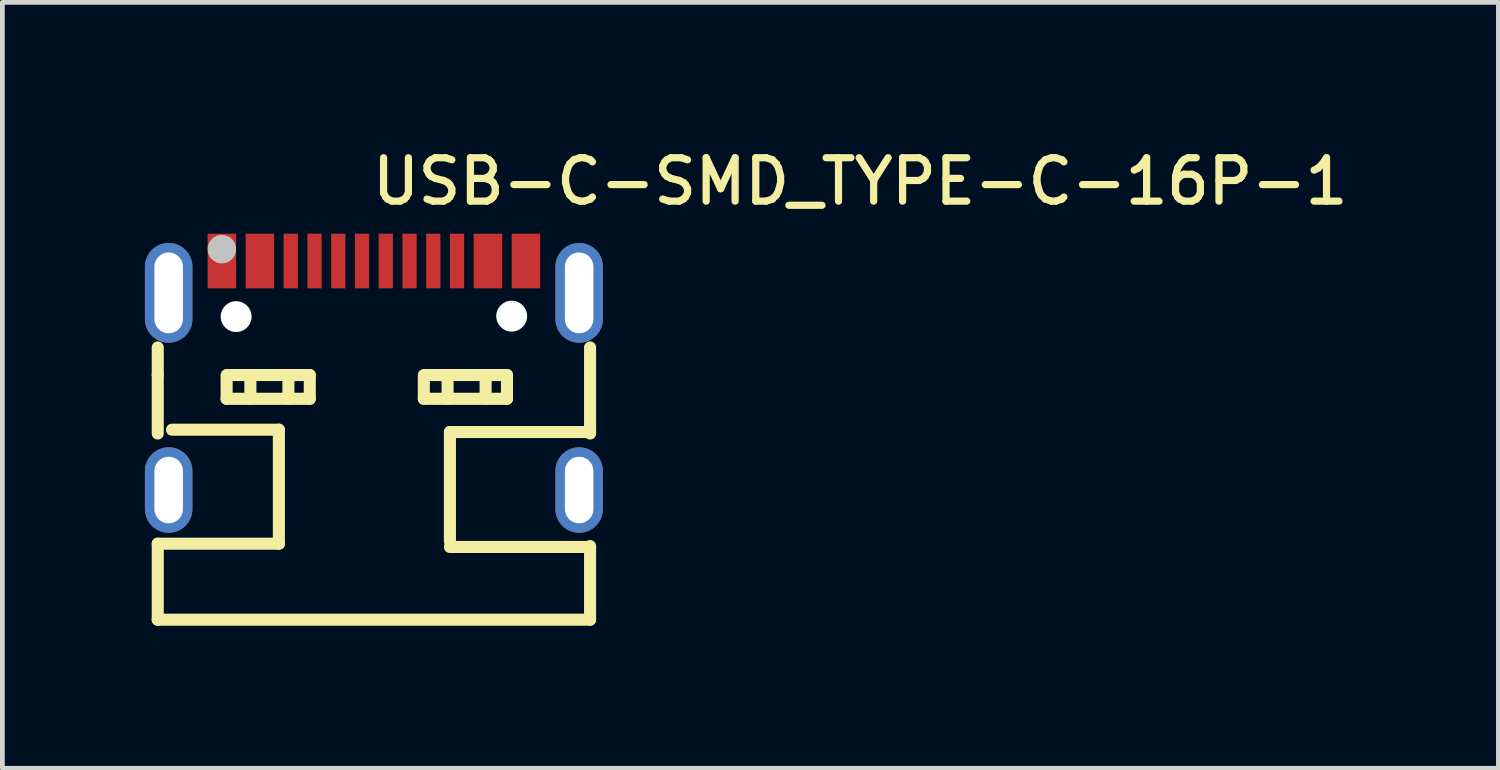
<source format=kicad_pcb>
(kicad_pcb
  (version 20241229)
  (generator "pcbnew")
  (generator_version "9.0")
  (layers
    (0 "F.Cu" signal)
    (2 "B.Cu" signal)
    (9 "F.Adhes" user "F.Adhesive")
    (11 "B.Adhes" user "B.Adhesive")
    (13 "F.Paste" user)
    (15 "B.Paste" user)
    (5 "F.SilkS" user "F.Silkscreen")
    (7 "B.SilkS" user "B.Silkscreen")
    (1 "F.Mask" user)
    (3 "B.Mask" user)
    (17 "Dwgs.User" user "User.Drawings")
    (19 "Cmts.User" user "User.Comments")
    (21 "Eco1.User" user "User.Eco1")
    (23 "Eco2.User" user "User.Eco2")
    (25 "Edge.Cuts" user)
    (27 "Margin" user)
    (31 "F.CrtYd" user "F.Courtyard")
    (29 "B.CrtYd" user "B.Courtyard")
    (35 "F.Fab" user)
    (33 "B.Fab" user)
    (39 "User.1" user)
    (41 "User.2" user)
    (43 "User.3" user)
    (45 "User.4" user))
  (footprint "USB-C-SMD_TYPE-C-16P-1"
    (layer "F.Cu")
    (at 4.82 4.854)
    (property "Reference" "USB-C-SMD_TYPE-C-16P-1" (at -0.114 -4.62 0) (layer "F.SilkS") (effects (font (size 0.914 0.914) (thickness 0.152)) (justify left top)))
    (fp_line (start -4.55 -0.01) (end -4.55 -0.591) (stroke (width 0.254) (type default)) (layer "F.SilkS"))
    (fp_line (start -4.55 -0.01) (end -4.55 1.221) (stroke (width 0.254) (type default)) (layer "F.SilkS"))
    (fp_line (start -4.55 3.54) (end -4.55 5.14) (stroke (width 0.254) (type default)) (layer "F.SilkS"))
    (fp_line (start -4.55 5.14) (end 4.55 5.14) (stroke (width 0.254) (type default)) (layer "F.SilkS"))
    (fp_line (start -4.25 1.14) (end -2 1.14) (stroke (width 0.254) (type default)) (layer "F.SilkS"))
    (fp_line (start -3.1 -0.01) (end -3.1 0.49) (stroke (width 0.254) (type default)) (layer "F.SilkS"))
    (fp_line (start -3.1 0.49) (end -1.35 0.49) (stroke (width 0.254) (type default)) (layer "F.SilkS"))
    (fp_line (start -2.6 -0.01) (end -2.6 0.49) (stroke (width 0.254) (type default)) (layer "F.SilkS"))
    (fp_line (start -2 1.14) (end -2 3.54) (stroke (width 0.254) (type default)) (layer "F.SilkS"))
    (fp_line (start -2 3.54) (end -4.55 3.54) (stroke (width 0.254) (type default)) (layer "F.SilkS"))
    (fp_line (start -1.8 -0.01) (end -1.8 0.49) (stroke (width 0.254) (type default)) (layer "F.SilkS"))
    (fp_line (start -1.35 -0.01) (end -3.05 -0.01) (stroke (width 0.254) (type default)) (layer "F.SilkS"))
    (fp_line (start -1.35 0.49) (end -1.35 -0.01) (stroke (width 0.254) (type default)) (layer "F.SilkS"))
    (fp_line (start 1.051 -0.01) (end 1.051 0.49) (stroke (width 0.254) (type default)) (layer "F.SilkS"))
    (fp_line (start 1.051 0.49) (end 2.801 0.49) (stroke (width 0.254) (type default)) (layer "F.SilkS"))
    (fp_line (start 1.551 -0.01) (end 1.551 0.49) (stroke (width 0.254) (type default)) (layer "F.SilkS"))
    (fp_line (start 1.6 1.19) (end 1.6 3.489) (stroke (width 0.254) (type default)) (layer "F.SilkS"))
    (fp_line (start 1.6 1.19) (end 4.55 1.19) (stroke (width 0.254) (type default)) (layer "F.SilkS"))
    (fp_line (start 2.351 -0.01) (end 2.351 0.49) (stroke (width 0.254) (type default)) (layer "F.SilkS"))
    (fp_line (start 2.801 -0.01) (end 1.101 -0.01) (stroke (width 0.254) (type default)) (layer "F.SilkS"))
    (fp_line (start 2.801 0.49) (end 2.801 -0.01) (stroke (width 0.254) (type default)) (layer "F.SilkS"))
    (fp_line (start 4.55 1.221) (end 4.55 -0.591) (stroke (width 0.254) (type default)) (layer "F.SilkS"))
    (fp_line (start 4.55 3.609) (end 1.6 3.609) (stroke (width 0.254) (type default)) (layer "F.SilkS"))
    (fp_line (start 4.55 5.14) (end 4.55 3.59) (stroke (width 0.254) (type default)) (layer "F.SilkS"))
    (fp_circle (center -3.2 -2.66) (end -3.05 -2.66) (stroke (width 0.3) (type default)) (fill no) (layer "Dwgs.User"))
    (fp_circle (center -2.89 -1.24) (end -2.79 -1.24) (stroke (width 0.2) (type default)) (fill no) (layer "Dwgs.User"))
    (fp_circle (center 2.89 -1.24) (end 2.99 -1.24) (stroke (width 0.2) (type default)) (fill no) (layer "Dwgs.User"))
    (fp_circle (center -4.47 -2.76) (end -4.44 -2.76) (stroke (width 0.06) (type default)) (fill no) (layer "User.5"))
    (pad "" np_thru_hole circle (at -2.9 -1.24) (size 0.65 0.65) (drill 0.65) (layers "*.Cu" "*.Mask"))
    (pad "" np_thru_hole circle (at 2.9 -1.25) (size 0.65 0.65) (drill 0.65) (layers "*.Cu" "*.Mask"))
    (pad "A1B12" smd rect (at -3.2 -2.41) (size 0.6 1.15) (layers "F.Cu" "F.Mask" "F.Paste"))
    (pad "A4B9" smd rect (at -2.4 -2.41) (size 0.6 1.15) (layers "F.Cu" "F.Mask" "F.Paste"))
    (pad "A5" smd rect (at -1.25 -2.41) (size 0.3 1.15) (layers "F.Cu" "F.Mask" "F.Paste"))
    (pad "A6" smd rect (at -0.25 -2.41) (size 0.3 1.15) (layers "F.Cu" "F.Mask" "F.Paste"))
    (pad "A7" smd rect (at 0.25 -2.41) (size 0.3 1.15) (layers "F.Cu" "F.Mask" "F.Paste"))
    (pad "A8" smd rect (at 1.25 -2.41) (size 0.3 1.15) (layers "F.Cu" "F.Mask" "F.Paste"))
    (pad "B1A12" smd rect (at 3.2 -2.41) (size 0.6 1.15) (layers "F.Cu" "F.Mask" "F.Paste"))
    (pad "B4A9" smd rect (at 2.4 -2.41) (size 0.6 1.15) (layers "F.Cu" "F.Mask" "F.Paste"))
    (pad "B5" smd rect (at 1.75 -2.41) (size 0.3 1.15) (layers "F.Cu" "F.Mask" "F.Paste"))
    (pad "B6" smd rect (at 0.75 -2.41) (size 0.3 1.15) (layers "F.Cu" "F.Mask" "F.Paste"))
    (pad "B7" smd rect (at -0.75 -2.41) (size 0.3 1.15) (layers "F.Cu" "F.Mask" "F.Paste"))
    (pad "B8" smd rect (at -1.75 -2.41) (size 0.3 1.15) (layers "F.Cu" "F.Mask" "F.Paste"))
    (pad "EP" thru_hole oval (at -4.32 -1.74) (size 1 2.1) (drill oval 0.6 1.7) (layers "*.Cu" "*.Mask"))
    (pad "EP" thru_hole oval (at -4.32 2.41) (size 1 1.8) (drill oval 0.6 1.4) (layers "*.Cu" "*.Mask"))
    (pad "EP" thru_hole oval (at 4.32 -1.74) (size 1 2.1) (drill oval 0.6 1.7) (layers "*.Cu" "*.Mask"))
    (pad "EP" thru_hole oval (at 4.32 2.41) (size 1 1.8) (drill oval 0.6 1.4) (layers "*.Cu" "*.Mask"))
    (zone (net_name "") (layer "F.Paste") (hatch edge 0.5) (priority 100) (connect_pads yes) (min_thickness 0) (filled_areas_thickness no) (fill yes) (polygon (pts (xy 1.32 1.869) (xy 1.32 3.019) (xy 1.92 3.019) (xy 1.92 1.869))) (filled_polygon (layer "F.Paste") (island) (pts (xy 1.32 1.869) (xy 1.32 3.019) (xy 1.92 3.019) (xy 1.92 1.869))))
    (zone (net_name "") (layer "F.Paste") (hatch edge 0.5) (priority 100) (connect_pads yes) (min_thickness 0) (filled_areas_thickness no) (fill yes) (polygon (pts (xy 2.12 1.869) (xy 2.12 3.019) (xy 2.72 3.019) (xy 2.72 1.869))) (filled_polygon (layer "F.Paste") (island) (pts (xy 2.12 1.869) (xy 2.12 3.019) (xy 2.72 3.019) (xy 2.72 1.869))))
    (zone (net_name "") (layer "F.Paste") (hatch edge 0.5) (priority 100) (connect_pads yes) (min_thickness 0) (filled_areas_thickness no) (fill yes) (polygon (pts (xy 3.22 3.019) (xy 3.22 1.869) (xy 2.92 1.869) (xy 2.92 3.019))) (filled_polygon (layer "F.Paste") (island) (pts (xy 3.22 3.019) (xy 3.22 1.869) (xy 2.92 1.869) (xy 2.92 3.019))))
    (zone (net_name "") (layer "F.Paste") (hatch edge 0.5) (priority 100) (connect_pads yes) (min_thickness 0) (filled_areas_thickness no) (fill yes) (polygon (pts (xy 3.72 3.019) (xy 3.72 1.869) (xy 3.42 1.869) (xy 3.42 3.019))) (filled_polygon (layer "F.Paste") (island) (pts (xy 3.72 3.019) (xy 3.72 1.869) (xy 3.42 1.869) (xy 3.42 3.019))))
    (zone (net_name "") (layer "F.Paste") (hatch edge 0.5) (priority 100) (connect_pads yes) (min_thickness 0) (filled_areas_thickness no) (fill yes) (polygon (pts (xy 4.22 3.019) (xy 4.22 1.869) (xy 3.92 1.869) (xy 3.92 3.019))) (filled_polygon (layer "F.Paste") (island) (pts (xy 4.22 3.019) (xy 4.22 1.869) (xy 3.92 1.869) (xy 3.92 3.019))))
    (zone (net_name "") (layer "F.Paste") (hatch edge 0.5) (priority 100) (connect_pads yes) (min_thickness 0) (filled_areas_thickness no) (fill yes) (polygon (pts (xy 4.72 3.019) (xy 4.72 1.869) (xy 4.42 1.869) (xy 4.42 3.019))) (filled_polygon (layer "F.Paste") (island) (pts (xy 4.72 3.019) (xy 4.72 1.869) (xy 4.42 1.869) (xy 4.42 3.019))))
    (zone (net_name "") (layer "F.Paste") (hatch edge 0.5) (priority 100) (connect_pads yes) (min_thickness 0) (filled_areas_thickness no) (fill yes) (polygon (pts (xy 5.22 3.019) (xy 5.22 1.869) (xy 4.92 1.869) (xy 4.92 3.019))) (filled_polygon (layer "F.Paste") (island) (pts (xy 5.22 3.019) (xy 5.22 1.869) (xy 4.92 1.869) (xy 4.92 3.019))))
    (zone (net_name "") (layer "F.Paste") (hatch edge 0.5) (priority 100) (connect_pads yes) (min_thickness 0) (filled_areas_thickness no) (fill yes) (polygon (pts (xy 5.42 1.869) (xy 5.42 3.019) (xy 5.72 3.019) (xy 5.72 1.869))) (filled_polygon (layer "F.Paste") (island) (pts (xy 5.42 1.869) (xy 5.42 3.019) (xy 5.72 3.019) (xy 5.72 1.869))))
    (zone (net_name "") (layer "F.Paste") (hatch edge 0.5) (priority 100) (connect_pads yes) (min_thickness 0) (filled_areas_thickness no) (fill yes) (polygon (pts (xy 5.92 1.869) (xy 5.92 3.019) (xy 6.22 3.019) (xy 6.22 1.869))) (filled_polygon (layer "F.Paste") (island) (pts (xy 5.92 1.869) (xy 5.92 3.019) (xy 6.22 3.019) (xy 6.22 1.869))))
    (zone (net_name "") (layer "F.Paste") (hatch edge 0.5) (priority 100) (connect_pads yes) (min_thickness 0) (filled_areas_thickness no) (fill yes) (polygon (pts (xy 6.72 3.019) (xy 6.72 1.869) (xy 6.42 1.869) (xy 6.42 3.019))) (filled_polygon (layer "F.Paste") (island) (pts (xy 6.72 3.019) (xy 6.72 1.869) (xy 6.42 1.869) (xy 6.42 3.019))))
    (zone (net_name "") (layer "F.Paste") (hatch edge 0.5) (priority 100) (connect_pads yes) (min_thickness 0) (filled_areas_thickness no) (fill yes) (polygon (pts (xy 7.52 3.019) (xy 7.52 1.869) (xy 6.92 1.869) (xy 6.92 3.019))) (filled_polygon (layer "F.Paste") (island) (pts (xy 7.52 3.019) (xy 7.52 1.869) (xy 6.92 1.869) (xy 6.92 3.019))))
    (zone (net_name "") (layer "F.Paste") (hatch edge 0.5) (priority 100) (connect_pads yes) (min_thickness 0) (filled_areas_thickness no) (fill yes) (polygon (pts (xy 8.32 3.019) (xy 8.32 1.869) (xy 7.72 1.869) (xy 7.72 3.019))) (filled_polygon (layer "F.Paste") (island) (pts (xy 8.32 3.019) (xy 8.32 1.869) (xy 7.72 1.869) (xy 7.72 3.019))))
    (zone (net_name "") (layer "F.Paste") (hatch edge 0.5) (priority 100) (connect_pads yes) (min_thickness 0) (filled_areas_thickness no) (fill yes) (polygon (pts (xy 0.487 2.064) (xy 0.463 2.065) (xy 0.438 2.067) (xy 0.413 2.071) (xy 0.389 2.076) (xy 0.365 2.082) (xy 0.341 2.09) (xy 0.317 2.098) (xy 0.294 2.108) (xy 0.272 2.119) (xy 0.25 2.13) (xy 0.229 2.143) (xy 0.208 2.158) (xy 0.188 2.173) (xy 0.169 2.189) (xy 0.151 2.206) (xy 0.133 2.223) (xy 0.117 2.242) (xy 0.101 2.262) (xy 0.087 2.282) (xy 0.073 2.303) (xy 0.061 2.324) (xy 0.05 2.347) (xy 0.039 2.369) (xy 0.03 2.392) (xy 0.022 2.416) (xy 0.015 2.44) (xy 0.01 2.464) (xy 0.006 2.489) (xy 0.003 2.514) (xy 0.001 2.539) (xy 0 2.564) (xy 0 3.664) (xy 0.001 3.688) (xy 0.003 3.713) (xy 0.006 3.738) (xy 0.01 3.763) (xy 0.015 3.787) (xy 0.022 3.811) (xy 0.03 3.835) (xy 0.039 3.858) (xy 0.05 3.88) (xy 0.061 3.903) (xy 0.073 3.924) (xy 0.087 3.945) (xy 0.101 3.965) (xy 0.117 3.985) (xy 0.133 4.004) (xy 0.151 4.021) (xy 0.169 4.038) (xy 0.188 4.054) (xy 0.208 4.07) (xy 0.229 4.084) (xy 0.25 4.097) (xy 0.272 4.108) (xy 0.294 4.119) (xy 0.317 4.129) (xy 0.341 4.137) (xy 0.365 4.145) (xy 0.389 4.151) (xy 0.413 4.156) (xy 0.438 4.16) (xy 0.463 4.162) (xy 0.487 4.163) (xy 0.512 4.163) (xy 0.537 4.162) (xy 0.562 4.16) (xy 0.587 4.156) (xy 0.611 4.151) (xy 0.635 4.145) (xy 0.659 4.137) (xy 0.683 4.129) (xy 0.706 4.119) (xy 0.728 4.108) (xy 0.75 4.097) (xy 0.771 4.084) (xy 0.792 4.07) (xy 0.812 4.054) (xy 0.831 4.038) (xy 0.849 4.021) (xy 0.867 4.004) (xy 0.883 3.985) (xy 0.898 3.965) (xy 0.913 3.945) (xy 0.927 3.924) (xy 0.939 3.903) (xy 0.951 3.88) (xy 0.961 3.858) (xy 0.97 3.835) (xy 0.978 3.811) (xy 0.985 3.787) (xy 0.99 3.763) (xy 0.994 3.738) (xy 0.998 3.713) (xy 0.999 3.688) (xy 1 3.664) (xy 1 2.564) (xy 0.999 2.539) (xy 0.998 2.514) (xy 0.994 2.489) (xy 0.99 2.464) (xy 0.985 2.44) (xy 0.978 2.416) (xy 0.97 2.392) (xy 0.961 2.369) (xy 0.951 2.347) (xy 0.939 2.324) (xy 0.927 2.303) (xy 0.913 2.282) (xy 0.898 2.262) (xy 0.883 2.242) (xy 0.867 2.223) (xy 0.849 2.206) (xy 0.831 2.189) (xy 0.812 2.173) (xy 0.792 2.158) (xy 0.771 2.143) (xy 0.75 2.13) (xy 0.728 2.119) (xy 0.706 2.108) (xy 0.683 2.098) (xy 0.659 2.09) (xy 0.635 2.082) (xy 0.611 2.076) (xy 0.587 2.071) (xy 0.562 2.067) (xy 0.537 2.065) (xy 0.512 2.064))) (filled_polygon (layer "F.Paste") (island) (pts (xy 0.487 2.064) (xy 0.463 2.065) (xy 0.438 2.067) (xy 0.413 2.071) (xy 0.389 2.076) (xy 0.365 2.082) (xy 0.341 2.09) (xy 0.317 2.098) (xy 0.294 2.108) (xy 0.272 2.119) (xy 0.25 2.13) (xy 0.229 2.143) (xy 0.208 2.158) (xy 0.188 2.173) (xy 0.169 2.189) (xy 0.151 2.206) (xy 0.133 2.223) (xy 0.117 2.242) (xy 0.101 2.262) (xy 0.087 2.282) (xy 0.073 2.303) (xy 0.061 2.324) (xy 0.05 2.347) (xy 0.039 2.369) (xy 0.03 2.392) (xy 0.022 2.416) (xy 0.015 2.44) (xy 0.01 2.464) (xy 0.006 2.489) (xy 0.003 2.514) (xy 0.001 2.539) (xy 0 2.564) (xy 0 3.664) (xy 0.001 3.688) (xy 0.003 3.713) (xy 0.006 3.738) (xy 0.01 3.763) (xy 0.015 3.787) (xy 0.022 3.811) (xy 0.03 3.835) (xy 0.039 3.858) (xy 0.05 3.88) (xy 0.061 3.903) (xy 0.073 3.924) (xy 0.087 3.945) (xy 0.101 3.965) (xy 0.117 3.985) (xy 0.133 4.004) (xy 0.151 4.021) (xy 0.169 4.038) (xy 0.188 4.054) (xy 0.208 4.07) (xy 0.229 4.084) (xy 0.25 4.097) (xy 0.272 4.108) (xy 0.294 4.119) (xy 0.317 4.129) (xy 0.341 4.137) (xy 0.365 4.145) (xy 0.389 4.151) (xy 0.413 4.156) (xy 0.438 4.16) (xy 0.463 4.162) (xy 0.487 4.163) (xy 0.512 4.163) (xy 0.537 4.162) (xy 0.562 4.16) (xy 0.587 4.156) (xy 0.611 4.151) (xy 0.635 4.145) (xy 0.659 4.137) (xy 0.683 4.129) (xy 0.706 4.119) (xy 0.728 4.108) (xy 0.75 4.097) (xy 0.771 4.084) (xy 0.792 4.07) (xy 0.812 4.054) (xy 0.831 4.038) (xy 0.849 4.021) (xy 0.867 4.004) (xy 0.883 3.985) (xy 0.898 3.965) (xy 0.913 3.945) (xy 0.927 3.924) (xy 0.939 3.903) (xy 0.951 3.88) (xy 0.961 3.858) (xy 0.97 3.835) (xy 0.978 3.811) (xy 0.985 3.787) (xy 0.99 3.763) (xy 0.994 3.738) (xy 0.998 3.713) (xy 0.999 3.688) (xy 1 3.664) (xy 1 2.564) (xy 0.999 2.539) (xy 0.998 2.514) (xy 0.994 2.489) (xy 0.99 2.464) (xy 0.985 2.44) (xy 0.978 2.416) (xy 0.97 2.392) (xy 0.961 2.369) (xy 0.951 2.347) (xy 0.939 2.324) (xy 0.927 2.303) (xy 0.913 2.282) (xy 0.898 2.262) (xy 0.883 2.242) (xy 0.867 2.223) (xy 0.849 2.206) (xy 0.831 2.189) (xy 0.812 2.173) (xy 0.792 2.158) (xy 0.771 2.143) (xy 0.75 2.13) (xy 0.728 2.119) (xy 0.706 2.108) (xy 0.683 2.098) (xy 0.659 2.09) (xy 0.635 2.082) (xy 0.611 2.076) (xy 0.587 2.071) (xy 0.562 2.067) (xy 0.537 2.065) (xy 0.512 2.064))))
    (zone (net_name "") (layer "F.Paste") (hatch edge 0.5) (priority 100) (connect_pads yes) (min_thickness 0) (filled_areas_thickness no) (fill yes) (polygon (pts (xy 0.537 6.365) (xy 0.512 6.364) (xy 0.487 6.364) (xy 0.463 6.365) (xy 0.438 6.368) (xy 0.413 6.371) (xy 0.389 6.376) (xy 0.365 6.382) (xy 0.341 6.39) (xy 0.317 6.398) (xy 0.294 6.408) (xy 0.272 6.419) (xy 0.25 6.431) (xy 0.229 6.444) (xy 0.208 6.458) (xy 0.188 6.473) (xy 0.169 6.489) (xy 0.151 6.506) (xy 0.133 6.524) (xy 0.117 6.542) (xy 0.101 6.562) (xy 0.087 6.582) (xy 0.073 6.603) (xy 0.061 6.625) (xy 0.05 6.647) (xy 0.039 6.669) (xy 0.03 6.693) (xy 0.022 6.716) (xy 0.015 6.74) (xy 0.01 6.765) (xy 0.006 6.789) (xy 0.003 6.814) (xy 0.001 6.839) (xy 0 6.864) (xy 0 7.664) (xy 0.001 7.689) (xy 0.003 7.713) (xy 0.006 7.738) (xy 0.01 7.763) (xy 0.015 7.787) (xy 0.022 7.811) (xy 0.03 7.835) (xy 0.039 7.858) (xy 0.05 7.881) (xy 0.061 7.903) (xy 0.073 7.924) (xy 0.087 7.945) (xy 0.101 7.966) (xy 0.117 7.985) (xy 0.133 8.004) (xy 0.151 8.022) (xy 0.169 8.039) (xy 0.188 8.055) (xy 0.208 8.07) (xy 0.229 8.084) (xy 0.25 8.097) (xy 0.272 8.109) (xy 0.294 8.119) (xy 0.317 8.129) (xy 0.341 8.138) (xy 0.365 8.145) (xy 0.389 8.151) (xy 0.413 8.156) (xy 0.438 8.16) (xy 0.463 8.162) (xy 0.487 8.163) (xy 0.512 8.163) (xy 0.537 8.162) (xy 0.562 8.16) (xy 0.587 8.156) (xy 0.611 8.151) (xy 0.635 8.145) (xy 0.659 8.138) (xy 0.683 8.129) (xy 0.706 8.119) (xy 0.728 8.109) (xy 0.75 8.097) (xy 0.771 8.084) (xy 0.792 8.07) (xy 0.812 8.055) (xy 0.831 8.039) (xy 0.849 8.022) (xy 0.867 8.004) (xy 0.883 7.985) (xy 0.898 7.966) (xy 0.913 7.945) (xy 0.927 7.924) (xy 0.939 7.903) (xy 0.951 7.881) (xy 0.961 7.858) (xy 0.97 7.835) (xy 0.978 7.811) (xy 0.985 7.787) (xy 0.99 7.763) (xy 0.994 7.738) (xy 0.998 7.713) (xy 0.999 7.689) (xy 1 7.664) (xy 1 6.864) (xy 0.999 6.839) (xy 0.998 6.814) (xy 0.994 6.789) (xy 0.99 6.765) (xy 0.985 6.74) (xy 0.978 6.716) (xy 0.97 6.693) (xy 0.961 6.669) (xy 0.951 6.647) (xy 0.939 6.625) (xy 0.927 6.603) (xy 0.913 6.582) (xy 0.898 6.562) (xy 0.883 6.542) (xy 0.867 6.524) (xy 0.849 6.506) (xy 0.831 6.489) (xy 0.812 6.473) (xy 0.792 6.458) (xy 0.771 6.444) (xy 0.75 6.431) (xy 0.728 6.419) (xy 0.706 6.408) (xy 0.683 6.398) (xy 0.659 6.39) (xy 0.635 6.382) (xy 0.611 6.376) (xy 0.587 6.371) (xy 0.562 6.368))) (filled_polygon (layer "F.Paste") (island) (pts (xy 0.537 6.365) (xy 0.512 6.364) (xy 0.487 6.364) (xy 0.463 6.365) (xy 0.438 6.368) (xy 0.413 6.371) (xy 0.389 6.376) (xy 0.365 6.382) (xy 0.341 6.39) (xy 0.317 6.398) (xy 0.294 6.408) (xy 0.272 6.419) (xy 0.25 6.431) (xy 0.229 6.444) (xy 0.208 6.458) (xy 0.188 6.473) (xy 0.169 6.489) (xy 0.151 6.506) (xy 0.133 6.524) (xy 0.117 6.542) (xy 0.101 6.562) (xy 0.087 6.582) (xy 0.073 6.603) (xy 0.061 6.625) (xy 0.05 6.647) (xy 0.039 6.669) (xy 0.03 6.693) (xy 0.022 6.716) (xy 0.015 6.74) (xy 0.01 6.765) (xy 0.006 6.789) (xy 0.003 6.814) (xy 0.001 6.839) (xy 0 6.864) (xy 0 7.664) (xy 0.001 7.689) (xy 0.003 7.713) (xy 0.006 7.738) (xy 0.01 7.763) (xy 0.015 7.787) (xy 0.022 7.811) (xy 0.03 7.835) (xy 0.039 7.858) (xy 0.05 7.881) (xy 0.061 7.903) (xy 0.073 7.924) (xy 0.087 7.945) (xy 0.101 7.966) (xy 0.117 7.985) (xy 0.133 8.004) (xy 0.151 8.022) (xy 0.169 8.039) (xy 0.188 8.055) (xy 0.208 8.07) (xy 0.229 8.084) (xy 0.25 8.097) (xy 0.272 8.109) (xy 0.294 8.119) (xy 0.317 8.129) (xy 0.341 8.138) (xy 0.365 8.145) (xy 0.389 8.151) (xy 0.413 8.156) (xy 0.438 8.16) (xy 0.463 8.162) (xy 0.487 8.163) (xy 0.512 8.163) (xy 0.537 8.162) (xy 0.562 8.16) (xy 0.587 8.156) (xy 0.611 8.151) (xy 0.635 8.145) (xy 0.659 8.138) (xy 0.683 8.129) (xy 0.706 8.119) (xy 0.728 8.109) (xy 0.75 8.097) (xy 0.771 8.084) (xy 0.792 8.07) (xy 0.812 8.055) (xy 0.831 8.039) (xy 0.849 8.022) (xy 0.867 8.004) (xy 0.883 7.985) (xy 0.898 7.966) (xy 0.913 7.945) (xy 0.927 7.924) (xy 0.939 7.903) (xy 0.951 7.881) (xy 0.961 7.858) (xy 0.97 7.835) (xy 0.978 7.811) (xy 0.985 7.787) (xy 0.99 7.763) (xy 0.994 7.738) (xy 0.998 7.713) (xy 0.999 7.689) (xy 1 7.664) (xy 1 6.864) (xy 0.999 6.839) (xy 0.998 6.814) (xy 0.994 6.789) (xy 0.99 6.765) (xy 0.985 6.74) (xy 0.978 6.716) (xy 0.97 6.693) (xy 0.961 6.669) (xy 0.951 6.647) (xy 0.939 6.625) (xy 0.927 6.603) (xy 0.913 6.582) (xy 0.898 6.562) (xy 0.883 6.542) (xy 0.867 6.524) (xy 0.849 6.506) (xy 0.831 6.489) (xy 0.812 6.473) (xy 0.792 6.458) (xy 0.771 6.444) (xy 0.75 6.431) (xy 0.728 6.419) (xy 0.706 6.408) (xy 0.683 6.398) (xy 0.659 6.39) (xy 0.635 6.382) (xy 0.611 6.376) (xy 0.587 6.371) (xy 0.562 6.368))))
    (zone (net_name "") (layer "F.Paste") (hatch edge 0.5) (priority 100) (connect_pads yes) (min_thickness 0) (filled_areas_thickness no) (fill yes) (polygon (pts (xy 9.128 6.364) (xy 9.103 6.365) (xy 9.078 6.368) (xy 9.053 6.371) (xy 9.029 6.376) (xy 9.005 6.382) (xy 8.981 6.39) (xy 8.957 6.398) (xy 8.934 6.408) (xy 8.912 6.419) (xy 8.89 6.431) (xy 8.869 6.444) (xy 8.848 6.458) (xy 8.828 6.473) (xy 8.809 6.489) (xy 8.791 6.506) (xy 8.774 6.524) (xy 8.757 6.542) (xy 8.742 6.562) (xy 8.727 6.582) (xy 8.713 6.603) (xy 8.701 6.625) (xy 8.69 6.647) (xy 8.679 6.669) (xy 8.67 6.693) (xy 8.662 6.716) (xy 8.655 6.74) (xy 8.65 6.765) (xy 8.646 6.789) (xy 8.643 6.814) (xy 8.641 6.839) (xy 8.64 6.864) (xy 8.64 7.664) (xy 8.641 7.689) (xy 8.643 7.713) (xy 8.646 7.738) (xy 8.65 7.763) (xy 8.655 7.787) (xy 8.662 7.811) (xy 8.67 7.835) (xy 8.679 7.858) (xy 8.69 7.881) (xy 8.701 7.903) (xy 8.713 7.924) (xy 8.727 7.945) (xy 8.742 7.966) (xy 8.757 7.985) (xy 8.774 8.004) (xy 8.791 8.022) (xy 8.809 8.039) (xy 8.828 8.055) (xy 8.848 8.07) (xy 8.869 8.084) (xy 8.89 8.097) (xy 8.912 8.109) (xy 8.934 8.119) (xy 8.957 8.129) (xy 8.981 8.138) (xy 9.005 8.145) (xy 9.029 8.151) (xy 9.053 8.156) (xy 9.078 8.16) (xy 9.103 8.162) (xy 9.128 8.163) (xy 9.152 8.163) (xy 9.177 8.162) (xy 9.202 8.16) (xy 9.227 8.156) (xy 9.251 8.151) (xy 9.275 8.145) (xy 9.299 8.138) (xy 9.323 8.129) (xy 9.346 8.119) (xy 9.368 8.109) (xy 9.39 8.097) (xy 9.411 8.084) (xy 9.432 8.07) (xy 9.452 8.055) (xy 9.471 8.039) (xy 9.489 8.022) (xy 9.507 8.004) (xy 9.523 7.985) (xy 9.539 7.966) (xy 9.553 7.945) (xy 9.567 7.924) (xy 9.579 7.903) (xy 9.591 7.881) (xy 9.601 7.858) (xy 9.61 7.835) (xy 9.618 7.811) (xy 9.625 7.787) (xy 9.63 7.763) (xy 9.634 7.738) (xy 9.637 7.713) (xy 9.639 7.689) (xy 9.64 7.664) (xy 9.64 6.864) (xy 9.639 6.839) (xy 9.637 6.814) (xy 9.634 6.789) (xy 9.63 6.765) (xy 9.625 6.74) (xy 9.618 6.716) (xy 9.61 6.693) (xy 9.601 6.669) (xy 9.591 6.647) (xy 9.579 6.625) (xy 9.567 6.603) (xy 9.553 6.582) (xy 9.539 6.562) (xy 9.523 6.542) (xy 9.507 6.524) (xy 9.489 6.506) (xy 9.471 6.489) (xy 9.452 6.473) (xy 9.432 6.458) (xy 9.411 6.444) (xy 9.39 6.431) (xy 9.368 6.419) (xy 9.346 6.408) (xy 9.323 6.398) (xy 9.299 6.39) (xy 9.275 6.382) (xy 9.251 6.376) (xy 9.227 6.371) (xy 9.202 6.368) (xy 9.177 6.365) (xy 9.152 6.364))) (filled_polygon (layer "F.Paste") (island) (pts (xy 9.128 6.364) (xy 9.103 6.365) (xy 9.078 6.368) (xy 9.053 6.371) (xy 9.029 6.376) (xy 9.005 6.382) (xy 8.981 6.39) (xy 8.957 6.398) (xy 8.934 6.408) (xy 8.912 6.419) (xy 8.89 6.431) (xy 8.869 6.444) (xy 8.848 6.458) (xy 8.828 6.473) (xy 8.809 6.489) (xy 8.791 6.506) (xy 8.774 6.524) (xy 8.757 6.542) (xy 8.742 6.562) (xy 8.727 6.582) (xy 8.713 6.603) (xy 8.701 6.625) (xy 8.69 6.647) (xy 8.679 6.669) (xy 8.67 6.693) (xy 8.662 6.716) (xy 8.655 6.74) (xy 8.65 6.765) (xy 8.646 6.789) (xy 8.643 6.814) (xy 8.641 6.839) (xy 8.64 6.864) (xy 8.64 7.664) (xy 8.641 7.689) (xy 8.643 7.713) (xy 8.646 7.738) (xy 8.65 7.763) (xy 8.655 7.787) (xy 8.662 7.811) (xy 8.67 7.835) (xy 8.679 7.858) (xy 8.69 7.881) (xy 8.701 7.903) (xy 8.713 7.924) (xy 8.727 7.945) (xy 8.742 7.966) (xy 8.757 7.985) (xy 8.774 8.004) (xy 8.791 8.022) (xy 8.809 8.039) (xy 8.828 8.055) (xy 8.848 8.07) (xy 8.869 8.084) (xy 8.89 8.097) (xy 8.912 8.109) (xy 8.934 8.119) (xy 8.957 8.129) (xy 8.981 8.138) (xy 9.005 8.145) (xy 9.029 8.151) (xy 9.053 8.156) (xy 9.078 8.16) (xy 9.103 8.162) (xy 9.128 8.163) (xy 9.152 8.163) (xy 9.177 8.162) (xy 9.202 8.16) (xy 9.227 8.156) (xy 9.251 8.151) (xy 9.275 8.145) (xy 9.299 8.138) (xy 9.323 8.129) (xy 9.346 8.119) (xy 9.368 8.109) (xy 9.39 8.097) (xy 9.411 8.084) (xy 9.432 8.07) (xy 9.452 8.055) (xy 9.471 8.039) (xy 9.489 8.022) (xy 9.507 8.004) (xy 9.523 7.985) (xy 9.539 7.966) (xy 9.553 7.945) (xy 9.567 7.924) (xy 9.579 7.903) (xy 9.591 7.881) (xy 9.601 7.858) (xy 9.61 7.835) (xy 9.618 7.811) (xy 9.625 7.787) (xy 9.63 7.763) (xy 9.634 7.738) (xy 9.637 7.713) (xy 9.639 7.689) (xy 9.64 7.664) (xy 9.64 6.864) (xy 9.639 6.839) (xy 9.637 6.814) (xy 9.634 6.789) (xy 9.63 6.765) (xy 9.625 6.74) (xy 9.618 6.716) (xy 9.61 6.693) (xy 9.601 6.669) (xy 9.591 6.647) (xy 9.579 6.625) (xy 9.567 6.603) (xy 9.553 6.582) (xy 9.539 6.562) (xy 9.523 6.542) (xy 9.507 6.524) (xy 9.489 6.506) (xy 9.471 6.489) (xy 9.452 6.473) (xy 9.432 6.458) (xy 9.411 6.444) (xy 9.39 6.431) (xy 9.368 6.419) (xy 9.346 6.408) (xy 9.323 6.398) (xy 9.299 6.39) (xy 9.275 6.382) (xy 9.251 6.376) (xy 9.227 6.371) (xy 9.202 6.368) (xy 9.177 6.365) (xy 9.152 6.364))))
    (zone (net_name "") (layer "F.Paste") (hatch edge 0.5) (priority 100) (connect_pads yes) (min_thickness 0) (filled_areas_thickness no) (fill yes) (polygon (pts (xy 9.177 2.065) (xy 9.152 2.064) (xy 9.128 2.064) (xy 9.103 2.065) (xy 9.078 2.067) (xy 9.053 2.071) (xy 9.029 2.076) (xy 9.005 2.082) (xy 8.981 2.09) (xy 8.957 2.098) (xy 8.934 2.108) (xy 8.912 2.119) (xy 8.89 2.13) (xy 8.869 2.143) (xy 8.848 2.158) (xy 8.828 2.173) (xy 8.809 2.189) (xy 8.791 2.206) (xy 8.774 2.223) (xy 8.757 2.242) (xy 8.742 2.262) (xy 8.727 2.282) (xy 8.713 2.303) (xy 8.701 2.324) (xy 8.69 2.347) (xy 8.679 2.369) (xy 8.67 2.392) (xy 8.662 2.416) (xy 8.655 2.44) (xy 8.65 2.464) (xy 8.646 2.489) (xy 8.643 2.514) (xy 8.641 2.539) (xy 8.64 2.564) (xy 8.64 3.664) (xy 8.641 3.688) (xy 8.643 3.713) (xy 8.646 3.738) (xy 8.65 3.763) (xy 8.655 3.787) (xy 8.662 3.811) (xy 8.67 3.835) (xy 8.679 3.858) (xy 8.69 3.88) (xy 8.701 3.903) (xy 8.713 3.924) (xy 8.727 3.945) (xy 8.742 3.965) (xy 8.757 3.985) (xy 8.774 4.004) (xy 8.791 4.021) (xy 8.809 4.038) (xy 8.828 4.054) (xy 8.848 4.07) (xy 8.869 4.084) (xy 8.89 4.097) (xy 8.912 4.108) (xy 8.934 4.119) (xy 8.957 4.129) (xy 8.981 4.137) (xy 9.005 4.145) (xy 9.029 4.151) (xy 9.053 4.156) (xy 9.078 4.16) (xy 9.103 4.162) (xy 9.128 4.163) (xy 9.152 4.163) (xy 9.177 4.162) (xy 9.202 4.16) (xy 9.227 4.156) (xy 9.251 4.151) (xy 9.275 4.145) (xy 9.299 4.137) (xy 9.323 4.129) (xy 9.346 4.119) (xy 9.368 4.108) (xy 9.39 4.097) (xy 9.411 4.084) (xy 9.432 4.07) (xy 9.452 4.054) (xy 9.471 4.038) (xy 9.489 4.021) (xy 9.507 4.004) (xy 9.523 3.985) (xy 9.539 3.965) (xy 9.553 3.945) (xy 9.567 3.924) (xy 9.579 3.903) (xy 9.591 3.88) (xy 9.601 3.858) (xy 9.61 3.835) (xy 9.618 3.811) (xy 9.625 3.787) (xy 9.63 3.763) (xy 9.634 3.738) (xy 9.637 3.713) (xy 9.639 3.688) (xy 9.64 3.664) (xy 9.64 2.564) (xy 9.639 2.539) (xy 9.637 2.514) (xy 9.634 2.489) (xy 9.63 2.464) (xy 9.625 2.44) (xy 9.618 2.416) (xy 9.61 2.392) (xy 9.601 2.369) (xy 9.591 2.347) (xy 9.579 2.324) (xy 9.567 2.303) (xy 9.553 2.282) (xy 9.539 2.262) (xy 9.523 2.242) (xy 9.507 2.223) (xy 9.489 2.206) (xy 9.471 2.189) (xy 9.452 2.173) (xy 9.432 2.158) (xy 9.411 2.143) (xy 9.39 2.13) (xy 9.368 2.119) (xy 9.346 2.108) (xy 9.323 2.098) (xy 9.299 2.09) (xy 9.275 2.082) (xy 9.251 2.076) (xy 9.227 2.071) (xy 9.202 2.067))) (filled_polygon (layer "F.Paste") (island) (pts (xy 9.177 2.065) (xy 9.152 2.064) (xy 9.128 2.064) (xy 9.103 2.065) (xy 9.078 2.067) (xy 9.053 2.071) (xy 9.029 2.076) (xy 9.005 2.082) (xy 8.981 2.09) (xy 8.957 2.098) (xy 8.934 2.108) (xy 8.912 2.119) (xy 8.89 2.13) (xy 8.869 2.143) (xy 8.848 2.158) (xy 8.828 2.173) (xy 8.809 2.189) (xy 8.791 2.206) (xy 8.774 2.223) (xy 8.757 2.242) (xy 8.742 2.262) (xy 8.727 2.282) (xy 8.713 2.303) (xy 8.701 2.324) (xy 8.69 2.347) (xy 8.679 2.369) (xy 8.67 2.392) (xy 8.662 2.416) (xy 8.655 2.44) (xy 8.65 2.464) (xy 8.646 2.489) (xy 8.643 2.514) (xy 8.641 2.539) (xy 8.64 2.564) (xy 8.64 3.664) (xy 8.641 3.688) (xy 8.643 3.713) (xy 8.646 3.738) (xy 8.65 3.763) (xy 8.655 3.787) (xy 8.662 3.811) (xy 8.67 3.835) (xy 8.679 3.858) (xy 8.69 3.88) (xy 8.701 3.903) (xy 8.713 3.924) (xy 8.727 3.945) (xy 8.742 3.965) (xy 8.757 3.985) (xy 8.774 4.004) (xy 8.791 4.021) (xy 8.809 4.038) (xy 8.828 4.054) (xy 8.848 4.07) (xy 8.869 4.084) (xy 8.89 4.097) (xy 8.912 4.108) (xy 8.934 4.119) (xy 8.957 4.129) (xy 8.981 4.137) (xy 9.005 4.145) (xy 9.029 4.151) (xy 9.053 4.156) (xy 9.078 4.16) (xy 9.103 4.162) (xy 9.128 4.163) (xy 9.152 4.163) (xy 9.177 4.162) (xy 9.202 4.16) (xy 9.227 4.156) (xy 9.251 4.151) (xy 9.275 4.145) (xy 9.299 4.137) (xy 9.323 4.129) (xy 9.346 4.119) (xy 9.368 4.108) (xy 9.39 4.097) (xy 9.411 4.084) (xy 9.432 4.07) (xy 9.452 4.054) (xy 9.471 4.038) (xy 9.489 4.021) (xy 9.507 4.004) (xy 9.523 3.985) (xy 9.539 3.965) (xy 9.553 3.945) (xy 9.567 3.924) (xy 9.579 3.903) (xy 9.591 3.88) (xy 9.601 3.858) (xy 9.61 3.835) (xy 9.618 3.811) (xy 9.625 3.787) (xy 9.63 3.763) (xy 9.634 3.738) (xy 9.637 3.713) (xy 9.639 3.688) (xy 9.64 3.664) (xy 9.64 2.564) (xy 9.639 2.539) (xy 9.637 2.514) (xy 9.634 2.489) (xy 9.63 2.464) (xy 9.625 2.44) (xy 9.618 2.416) (xy 9.61 2.392) (xy 9.601 2.369) (xy 9.591 2.347) (xy 9.579 2.324) (xy 9.567 2.303) (xy 9.553 2.282) (xy 9.539 2.262) (xy 9.523 2.242) (xy 9.507 2.223) (xy 9.489 2.206) (xy 9.471 2.189) (xy 9.452 2.173) (xy 9.432 2.158) (xy 9.411 2.143) (xy 9.39 2.13) (xy 9.368 2.119) (xy 9.346 2.108) (xy 9.323 2.098) (xy 9.299 2.09) (xy 9.275 2.082) (xy 9.251 2.076) (xy 9.227 2.071) (xy 9.202 2.067))))
    (zone (net_name "") (layer "Dwgs.User") (hatch edge 0.5) (priority 100) (connect_pads yes) (min_thickness 0) (filled_areas_thickness no) (fill yes) (polygon (pts (xy 1.82 9.854) (xy 1.82 5.354) (xy 7.82 5.354) (xy 7.82 9.854) (xy 7.52 9.854) (xy 7.52 5.554) (xy 2.12 5.554) (xy 2.12 9.854))) (filled_polygon (layer "Dwgs.User") (island) (pts (xy 1.82 9.854) (xy 1.82 5.354) (xy 7.82 5.354) (xy 7.82 9.854) (xy 7.52 9.854) (xy 7.52 5.554) (xy 2.12 5.554) (xy 2.12 9.854))))
    (zone (net_name "") (layer "User.3") (hatch edge 0.5) (priority 100) (connect_pads yes) (min_thickness 0) (filled_areas_thickness no) (fill yes) (polygon (pts (xy 0.35 9.904) (xy 0.35 2.404) (xy 9.29 2.404) (xy 9.29 9.904))) (filled_polygon (layer "User.3") (island) (pts (xy 0.35 9.904) (xy 0.35 2.404) (xy 9.29 2.404) (xy 9.29 9.904))))
    (zone (net_name "") (layer "User.4") (hatch edge 0.5) (priority 100) (connect_pads yes) (min_thickness 0) (filled_areas_thickness no) (fill yes) (polygon (pts (xy 0.35 2.564) (xy 0.65 2.564) (xy 0.65 3.664) (xy 0.35 3.664))) (filled_polygon (layer "User.4") (island) (pts (xy 0.35 2.564) (xy 0.65 2.564) (xy 0.65 3.664) (xy 0.35 3.664))))
    (zone (net_name "") (layer "User.4") (hatch edge 0.5) (priority 100) (connect_pads yes) (min_thickness 0) (filled_areas_thickness no) (fill yes) (polygon (pts (xy 0.35 6.864) (xy 0.65 6.864) (xy 0.65 7.664) (xy 0.35 7.664))) (filled_polygon (layer "User.4") (island) (pts (xy 0.35 6.864) (xy 0.65 6.864) (xy 0.65 7.664) (xy 0.35 7.664))))
    (zone (net_name "") (layer "User.4") (hatch edge 0.5) (priority 100) (connect_pads yes) (min_thickness 0) (filled_areas_thickness no) (fill yes) (polygon (pts (xy 1.47 2.094) (xy 1.77 2.094) (xy 1.77 2.794) (xy 1.47 2.794))) (filled_polygon (layer "User.4") (island) (pts (xy 1.47 2.094) (xy 1.77 2.094) (xy 1.77 2.794) (xy 1.47 2.794))))
    (zone (net_name "") (layer "User.4") (hatch edge 0.5) (priority 100) (connect_pads yes) (min_thickness 0) (filled_areas_thickness no) (fill yes) (polygon (pts (xy 2.27 2.094) (xy 2.57 2.094) (xy 2.57 2.794) (xy 2.27 2.794))) (filled_polygon (layer "User.4") (island) (pts (xy 2.27 2.094) (xy 2.57 2.094) (xy 2.57 2.794) (xy 2.27 2.794))))
    (zone (net_name "") (layer "User.4") (hatch edge 0.5) (priority 100) (connect_pads yes) (min_thickness 0) (filled_areas_thickness no) (fill yes) (polygon (pts (xy 2.995 2.094) (xy 3.145 2.094) (xy 3.145 2.794) (xy 2.995 2.794))) (filled_polygon (layer "User.4") (island) (pts (xy 2.995 2.094) (xy 3.145 2.094) (xy 3.145 2.794) (xy 2.995 2.794))))
    (zone (net_name "") (layer "User.4") (hatch edge 0.5) (priority 100) (connect_pads yes) (min_thickness 0) (filled_areas_thickness no) (fill yes) (polygon (pts (xy 3.495 2.094) (xy 3.645 2.094) (xy 3.645 2.794) (xy 3.495 2.794))) (filled_polygon (layer "User.4") (island) (pts (xy 3.495 2.094) (xy 3.645 2.094) (xy 3.645 2.794) (xy 3.495 2.794))))
    (zone (net_name "") (layer "User.4") (hatch edge 0.5) (priority 100) (connect_pads yes) (min_thickness 0) (filled_areas_thickness no) (fill yes) (polygon (pts (xy 3.995 2.094) (xy 4.145 2.094) (xy 4.145 2.794) (xy 3.995 2.794))) (filled_polygon (layer "User.4") (island) (pts (xy 3.995 2.094) (xy 4.145 2.094) (xy 4.145 2.794) (xy 3.995 2.794))))
    (zone (net_name "") (layer "User.4") (hatch edge 0.5) (priority 100) (connect_pads yes) (min_thickness 0) (filled_areas_thickness no) (fill yes) (polygon (pts (xy 4.495 2.094) (xy 4.645 2.094) (xy 4.645 2.794) (xy 4.495 2.794))) (filled_polygon (layer "User.4") (island) (pts (xy 4.495 2.094) (xy 4.645 2.094) (xy 4.645 2.794) (xy 4.495 2.794))))
    (zone (net_name "") (layer "User.4") (hatch edge 0.5) (priority 100) (connect_pads yes) (min_thickness 0) (filled_areas_thickness no) (fill yes) (polygon (pts (xy 4.995 2.094) (xy 5.145 2.094) (xy 5.145 2.794) (xy 4.995 2.794))) (filled_polygon (layer "User.4") (island) (pts (xy 4.995 2.094) (xy 5.145 2.094) (xy 5.145 2.794) (xy 4.995 2.794))))
    (zone (net_name "") (layer "User.4") (hatch edge 0.5) (priority 100) (connect_pads yes) (min_thickness 0) (filled_areas_thickness no) (fill yes) (polygon (pts (xy 5.495 2.094) (xy 5.645 2.094) (xy 5.645 2.794) (xy 5.495 2.794))) (filled_polygon (layer "User.4") (island) (pts (xy 5.495 2.094) (xy 5.645 2.094) (xy 5.645 2.794) (xy 5.495 2.794))))
    (zone (net_name "") (layer "User.4") (hatch edge 0.5) (priority 100) (connect_pads yes) (min_thickness 0) (filled_areas_thickness no) (fill yes) (polygon (pts (xy 5.995 2.094) (xy 6.145 2.094) (xy 6.145 2.794) (xy 5.995 2.794))) (filled_polygon (layer "User.4") (island) (pts (xy 5.995 2.094) (xy 6.145 2.094) (xy 6.145 2.794) (xy 5.995 2.794))))
    (zone (net_name "") (layer "User.4") (hatch edge 0.5) (priority 100) (connect_pads yes) (min_thickness 0) (filled_areas_thickness no) (fill yes) (polygon (pts (xy 6.495 2.094) (xy 6.645 2.094) (xy 6.645 2.794) (xy 6.495 2.794))) (filled_polygon (layer "User.4") (island) (pts (xy 6.495 2.094) (xy 6.645 2.094) (xy 6.645 2.794) (xy 6.495 2.794))))
    (zone (net_name "") (layer "User.4") (hatch edge 0.5) (priority 100) (connect_pads yes) (min_thickness 0) (filled_areas_thickness no) (fill yes) (polygon (pts (xy 7.07 2.094) (xy 7.37 2.094) (xy 7.37 2.794) (xy 7.07 2.794))) (filled_polygon (layer "User.4") (island) (pts (xy 7.07 2.094) (xy 7.37 2.094) (xy 7.37 2.794) (xy 7.07 2.794))))
    (zone (net_name "") (layer "User.4") (hatch edge 0.5) (priority 100) (connect_pads yes) (min_thickness 0) (filled_areas_thickness no) (fill yes) (polygon (pts (xy 7.87 2.094) (xy 8.17 2.094) (xy 8.17 2.794) (xy 7.87 2.794))) (filled_polygon (layer "User.4") (island) (pts (xy 7.87 2.094) (xy 8.17 2.094) (xy 8.17 2.794) (xy 7.87 2.794))))
    (zone (net_name "") (layer "User.4") (hatch edge 0.5) (priority 100) (connect_pads yes) (min_thickness 0) (filled_areas_thickness no) (fill yes) (polygon (pts (xy 8.99 2.564) (xy 9.29 2.564) (xy 9.29 3.664) (xy 8.99 3.664))) (filled_polygon (layer "User.4") (island) (pts (xy 8.99 2.564) (xy 9.29 2.564) (xy 9.29 3.664) (xy 8.99 3.664))))
    (zone (net_name "") (layer "User.4") (hatch edge 0.5) (priority 100) (connect_pads yes) (min_thickness 0) (filled_areas_thickness no) (fill yes) (polygon (pts (xy 8.99 6.864) (xy 9.29 6.864) (xy 9.29 7.664) (xy 8.99 7.664))) (filled_polygon (layer "User.4") (island) (pts (xy 8.99 6.864) (xy 9.29 6.864) (xy 9.29 7.664) (xy 8.99 7.664)))))
  (gr_rect
    (start -3 -3)
    (end 28.489 13.121)
    (stroke (width 0.1) (type default))
    (fill no)
    (layer "Edge.Cuts")))
</source>
